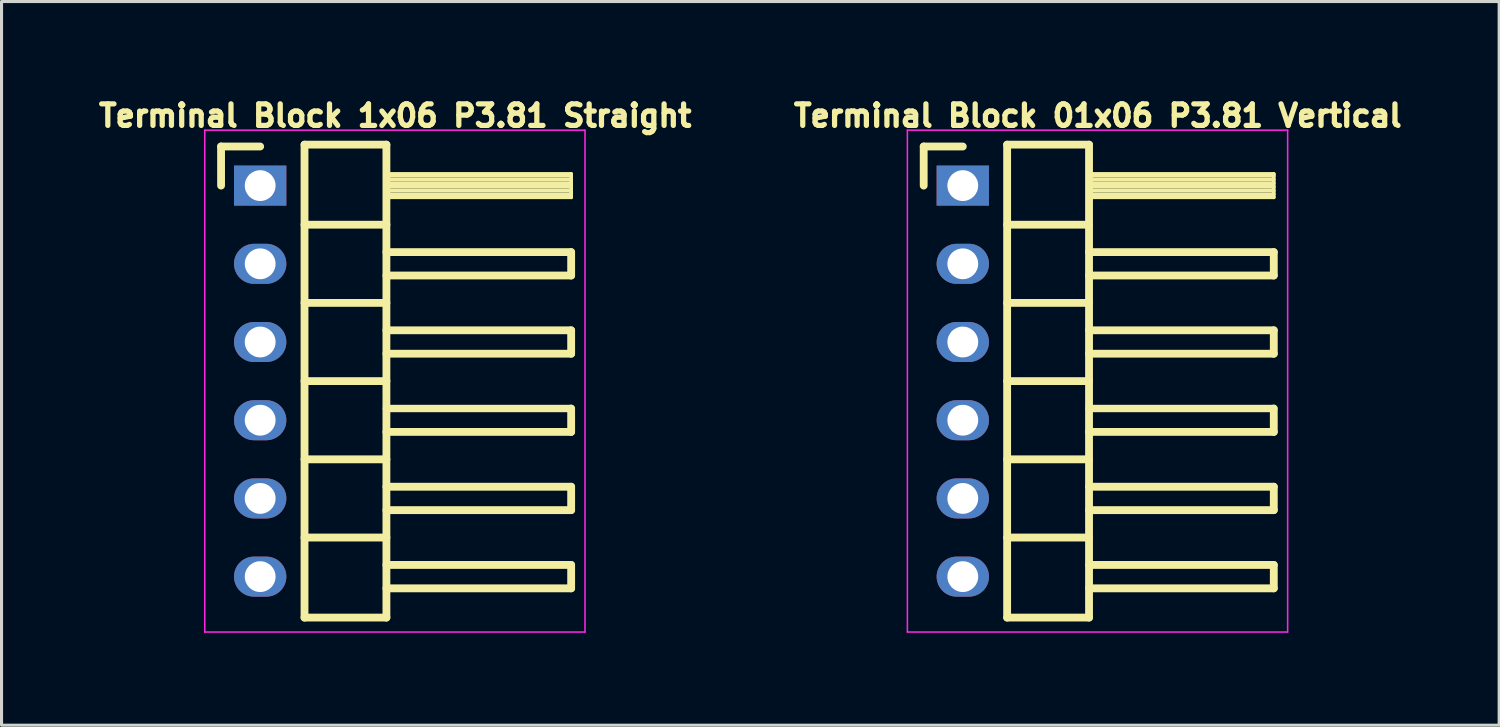
<source format=kicad_pcb>
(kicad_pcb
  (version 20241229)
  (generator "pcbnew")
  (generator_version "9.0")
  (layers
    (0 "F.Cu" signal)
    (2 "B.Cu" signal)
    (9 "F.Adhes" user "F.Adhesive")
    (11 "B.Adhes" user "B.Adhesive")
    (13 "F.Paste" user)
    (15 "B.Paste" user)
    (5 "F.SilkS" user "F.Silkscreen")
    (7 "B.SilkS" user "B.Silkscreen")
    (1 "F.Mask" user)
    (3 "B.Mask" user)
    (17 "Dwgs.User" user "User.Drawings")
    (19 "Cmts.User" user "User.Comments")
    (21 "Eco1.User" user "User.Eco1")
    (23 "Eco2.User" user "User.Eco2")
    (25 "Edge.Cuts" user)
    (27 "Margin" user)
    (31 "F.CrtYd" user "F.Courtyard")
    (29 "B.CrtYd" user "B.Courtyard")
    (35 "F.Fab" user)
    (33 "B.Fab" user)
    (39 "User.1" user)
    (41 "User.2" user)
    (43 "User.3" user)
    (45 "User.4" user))
  (footprint "Terminal Block 01x06 P3.81 Vertical"
    (layer "F.Cu")
    (at 28.22 9.328)
    (property "Reference" "Terminal Block 01x06 P3.81 Vertical" (at 4.385 -8.62 0) (layer "F.SilkS") (effects (font (size 0.7 0.7) (thickness 0.17))))
    (attr through_hole)
    (fp_line (start -1.27 -7.62) (end 0 -7.62) (stroke (width 0.254) (type solid)) (layer "F.SilkS"))
    (fp_line (start -1.27 -6.35) (end -1.27 -7.62) (stroke (width 0.254) (type solid)) (layer "F.SilkS"))
    (fp_line (start 1.44 -7.68) (end 1.44 7.68) (stroke (width 0.254) (type solid)) (layer "F.SilkS"))
    (fp_line (start 1.44 -5.08) (end 4.1 -5.08) (stroke (width 0.254) (type solid)) (layer "F.SilkS"))
    (fp_line (start 1.44 -2.54) (end 4.1 -2.54) (stroke (width 0.254) (type solid)) (layer "F.SilkS"))
    (fp_line (start 1.44 0) (end 4.1 0) (stroke (width 0.254) (type solid)) (layer "F.SilkS"))
    (fp_line (start 1.44 2.54) (end 4.1 2.54) (stroke (width 0.254) (type solid)) (layer "F.SilkS"))
    (fp_line (start 1.44 5.08) (end 4.1 5.08) (stroke (width 0.254) (type solid)) (layer "F.SilkS"))
    (fp_line (start 1.44 7.68) (end 4.1 7.68) (stroke (width 0.254) (type solid)) (layer "F.SilkS"))
    (fp_line (start 4.1 -7.68) (end 1.44 -7.68) (stroke (width 0.254) (type solid)) (layer "F.SilkS"))
    (fp_line (start 4.1 -6.73) (end 10.1 -6.73) (stroke (width 0.12) (type solid)) (layer "F.SilkS"))
    (fp_line (start 4.1 -6.67) (end 10.1 -6.67) (stroke (width 0.12) (type solid)) (layer "F.SilkS"))
    (fp_line (start 4.1 -6.55) (end 10.1 -6.55) (stroke (width 0.12) (type solid)) (layer "F.SilkS"))
    (fp_line (start 4.1 -6.43) (end 10.1 -6.43) (stroke (width 0.12) (type solid)) (layer "F.SilkS"))
    (fp_line (start 4.1 -6.31) (end 10.1 -6.31) (stroke (width 0.12) (type solid)) (layer "F.SilkS"))
    (fp_line (start 4.1 -6.19) (end 10.1 -6.19) (stroke (width 0.12) (type solid)) (layer "F.SilkS"))
    (fp_line (start 4.1 -6.07) (end 10.1 -6.07) (stroke (width 0.12) (type solid)) (layer "F.SilkS"))
    (fp_line (start 4.1 -4.19) (end 10.1 -4.19) (stroke (width 0.254) (type solid)) (layer "F.SilkS"))
    (fp_line (start 4.1 -1.65) (end 10.1 -1.65) (stroke (width 0.254) (type solid)) (layer "F.SilkS"))
    (fp_line (start 4.1 0.89) (end 10.1 0.89) (stroke (width 0.24) (type solid)) (layer "F.SilkS"))
    (fp_line (start 4.1 3.43) (end 10.1 3.43) (stroke (width 0.254) (type solid)) (layer "F.SilkS"))
    (fp_line (start 4.1 5.97) (end 10.1 5.97) (stroke (width 0.254) (type solid)) (layer "F.SilkS"))
    (fp_line (start 4.1 7.68) (end 4.1 -7.68) (stroke (width 0.254) (type solid)) (layer "F.SilkS"))
    (fp_line (start 10.1 -6.73) (end 10.1 -5.97) (stroke (width 0.12) (type solid)) (layer "F.SilkS"))
    (fp_line (start 10.1 -5.97) (end 4.1 -5.97) (stroke (width 0.12) (type solid)) (layer "F.SilkS"))
    (fp_line (start 10.1 -4.19) (end 10.1 -3.43) (stroke (width 0.254) (type solid)) (layer "F.SilkS"))
    (fp_line (start 10.1 -3.43) (end 4.1 -3.43) (stroke (width 0.254) (type solid)) (layer "F.SilkS"))
    (fp_line (start 10.1 -1.65) (end 10.1 -0.89) (stroke (width 0.254) (type solid)) (layer "F.SilkS"))
    (fp_line (start 10.1 -0.89) (end 4.1 -0.89) (stroke (width 0.254) (type solid)) (layer "F.SilkS"))
    (fp_line (start 10.1 0.89) (end 10.1 1.65) (stroke (width 0.254) (type solid)) (layer "F.SilkS"))
    (fp_line (start 10.1 1.65) (end 4.1 1.65) (stroke (width 0.254) (type solid)) (layer "F.SilkS"))
    (fp_line (start 10.1 3.43) (end 10.1 4.19) (stroke (width 0.254) (type solid)) (layer "F.SilkS"))
    (fp_line (start 10.1 4.19) (end 4.1 4.19) (stroke (width 0.254) (type solid)) (layer "F.SilkS"))
    (fp_line (start 10.1 5.97) (end 10.1 6.73) (stroke (width 0.254) (type solid)) (layer "F.SilkS"))
    (fp_line (start 10.1 6.73) (end 4.1 6.73) (stroke (width 0.254) (type solid)) (layer "F.SilkS"))
    (fp_line (start -1.27 0) (end 1.27 0) (stroke (width 0.254) (type solid)) (layer "Eco1.User"))
    (fp_line (start 0 -1.27) (end 0 1.27) (stroke (width 0.254) (type solid)) (layer "Eco1.User"))
    (fp_line (start -1.8 -8.15) (end -1.8 8.15) (stroke (width 0.05) (type solid)) (layer "F.CrtYd"))
    (fp_line (start -1.8 8.15) (end 10.55 8.15) (stroke (width 0.05) (type solid)) (layer "F.CrtYd"))
    (fp_line (start 10.55 -8.15) (end -1.8 -8.15) (stroke (width 0.05) (type solid)) (layer "F.CrtYd"))
    (fp_line (start 10.55 8.15) (end 10.55 -8.15) (stroke (width 0.05) (type solid)) (layer "F.CrtYd"))
    (fp_line (start -0.32 -6.67) (end -0.32 -6.03) (stroke (width 0.1) (type solid)) (layer "F.Fab"))
    (fp_line (start -0.32 -4.13) (end -0.32 -3.49) (stroke (width 0.1) (type solid)) (layer "F.Fab"))
    (fp_line (start -0.32 -1.59) (end -0.32 -0.95) (stroke (width 0.1) (type solid)) (layer "F.Fab"))
    (fp_line (start -0.32 0.95) (end -0.32 1.59) (stroke (width 0.1) (type solid)) (layer "F.Fab"))
    (fp_line (start -0.32 3.49) (end -0.32 4.13) (stroke (width 0.1) (type solid)) (layer "F.Fab"))
    (fp_line (start -0.32 6.03) (end -0.32 6.67) (stroke (width 0.1) (type solid)) (layer "F.Fab"))
    (pad "1" thru_hole rect (at 0 -6.35) (size 1.7 1.3) (drill 1) (layers "*.Cu" "*.Mask"))
    (pad "2" thru_hole oval (at 0 -3.81) (size 1.7 1.3) (drill 1) (layers "*.Cu" "*.Mask"))
    (pad "3" thru_hole oval (at 0 -1.27) (size 1.7 1.3) (drill 1) (layers "*.Cu" "*.Mask"))
    (pad "4" thru_hole oval (at 0 1.27) (size 1.7 1.3) (drill 1) (layers "*.Cu" "*.Mask"))
    (pad "5" thru_hole oval (at 0 3.81) (size 1.7 1.3) (drill 1) (layers "*.Cu" "*.Mask"))
    (pad "6" thru_hole oval (at 0 6.35) (size 1.7 1.3) (drill 1) (layers "*.Cu" "*.Mask")))
  (footprint "Terminal Block 1x06 P3.81 Straight"
    (layer "F.Cu")
    (at 5.4 9.328)
    (property "Reference" "Terminal Block 1x06 P3.81 Straight" (at 4.385 -8.62 0) (layer "F.SilkS") (effects (font (size 0.7 0.7) (thickness 0.17))))
    (attr through_hole)
    (fp_line (start -1.27 -7.62) (end 0 -7.62) (stroke (width 0.254) (type solid)) (layer "F.SilkS"))
    (fp_line (start -1.27 -6.35) (end -1.27 -7.62) (stroke (width 0.254) (type solid)) (layer "F.SilkS"))
    (fp_line (start 1.44 -7.68) (end 1.44 7.68) (stroke (width 0.254) (type solid)) (layer "F.SilkS"))
    (fp_line (start 1.44 -5.08) (end 4.1 -5.08) (stroke (width 0.254) (type solid)) (layer "F.SilkS"))
    (fp_line (start 1.44 -2.54) (end 4.1 -2.54) (stroke (width 0.254) (type solid)) (layer "F.SilkS"))
    (fp_line (start 1.44 0) (end 4.1 0) (stroke (width 0.254) (type solid)) (layer "F.SilkS"))
    (fp_line (start 1.44 2.54) (end 4.1 2.54) (stroke (width 0.254) (type solid)) (layer "F.SilkS"))
    (fp_line (start 1.44 5.08) (end 4.1 5.08) (stroke (width 0.254) (type solid)) (layer "F.SilkS"))
    (fp_line (start 1.44 7.68) (end 4.1 7.68) (stroke (width 0.254) (type solid)) (layer "F.SilkS"))
    (fp_line (start 4.1 -7.68) (end 1.44 -7.68) (stroke (width 0.254) (type solid)) (layer "F.SilkS"))
    (fp_line (start 4.1 -6.73) (end 10.1 -6.73) (stroke (width 0.12) (type solid)) (layer "F.SilkS"))
    (fp_line (start 4.1 -6.67) (end 10.1 -6.67) (stroke (width 0.12) (type solid)) (layer "F.SilkS"))
    (fp_line (start 4.1 -6.55) (end 10.1 -6.55) (stroke (width 0.12) (type solid)) (layer "F.SilkS"))
    (fp_line (start 4.1 -6.43) (end 10.1 -6.43) (stroke (width 0.12) (type solid)) (layer "F.SilkS"))
    (fp_line (start 4.1 -6.31) (end 10.1 -6.31) (stroke (width 0.12) (type solid)) (layer "F.SilkS"))
    (fp_line (start 4.1 -6.19) (end 10.1 -6.19) (stroke (width 0.12) (type solid)) (layer "F.SilkS"))
    (fp_line (start 4.1 -6.07) (end 10.1 -6.07) (stroke (width 0.12) (type solid)) (layer "F.SilkS"))
    (fp_line (start 4.1 -4.19) (end 10.1 -4.19) (stroke (width 0.254) (type solid)) (layer "F.SilkS"))
    (fp_line (start 4.1 -1.65) (end 10.1 -1.65) (stroke (width 0.254) (type solid)) (layer "F.SilkS"))
    (fp_line (start 4.1 0.89) (end 10.1 0.89) (stroke (width 0.24) (type solid)) (layer "F.SilkS"))
    (fp_line (start 4.1 3.43) (end 10.1 3.43) (stroke (width 0.254) (type solid)) (layer "F.SilkS"))
    (fp_line (start 4.1 5.97) (end 10.1 5.97) (stroke (width 0.254) (type solid)) (layer "F.SilkS"))
    (fp_line (start 4.1 7.68) (end 4.1 -7.68) (stroke (width 0.254) (type solid)) (layer "F.SilkS"))
    (fp_line (start 10.1 -6.73) (end 10.1 -5.97) (stroke (width 0.12) (type solid)) (layer "F.SilkS"))
    (fp_line (start 10.1 -5.97) (end 4.1 -5.97) (stroke (width 0.12) (type solid)) (layer "F.SilkS"))
    (fp_line (start 10.1 -4.19) (end 10.1 -3.43) (stroke (width 0.254) (type solid)) (layer "F.SilkS"))
    (fp_line (start 10.1 -3.43) (end 4.1 -3.43) (stroke (width 0.254) (type solid)) (layer "F.SilkS"))
    (fp_line (start 10.1 -1.65) (end 10.1 -0.89) (stroke (width 0.254) (type solid)) (layer "F.SilkS"))
    (fp_line (start 10.1 -0.89) (end 4.1 -0.89) (stroke (width 0.254) (type solid)) (layer "F.SilkS"))
    (fp_line (start 10.1 0.89) (end 10.1 1.65) (stroke (width 0.254) (type solid)) (layer "F.SilkS"))
    (fp_line (start 10.1 1.65) (end 4.1 1.65) (stroke (width 0.254) (type solid)) (layer "F.SilkS"))
    (fp_line (start 10.1 3.43) (end 10.1 4.19) (stroke (width 0.254) (type solid)) (layer "F.SilkS"))
    (fp_line (start 10.1 4.19) (end 4.1 4.19) (stroke (width 0.254) (type solid)) (layer "F.SilkS"))
    (fp_line (start 10.1 5.97) (end 10.1 6.73) (stroke (width 0.254) (type solid)) (layer "F.SilkS"))
    (fp_line (start 10.1 6.73) (end 4.1 6.73) (stroke (width 0.254) (type solid)) (layer "F.SilkS"))
    (fp_line (start -1.27 0) (end 1.27 0) (stroke (width 0.254) (type solid)) (layer "Eco1.User"))
    (fp_line (start 0 -1.27) (end 0 1.27) (stroke (width 0.254) (type solid)) (layer "Eco1.User"))
    (fp_line (start -1.8 -8.15) (end -1.8 8.15) (stroke (width 0.05) (type solid)) (layer "F.CrtYd"))
    (fp_line (start -1.8 8.15) (end 10.55 8.15) (stroke (width 0.05) (type solid)) (layer "F.CrtYd"))
    (fp_line (start 10.55 -8.15) (end -1.8 -8.15) (stroke (width 0.05) (type solid)) (layer "F.CrtYd"))
    (fp_line (start 10.55 8.15) (end 10.55 -8.15) (stroke (width 0.05) (type solid)) (layer "F.CrtYd"))
    (fp_line (start -0.32 -6.67) (end -0.32 -6.03) (stroke (width 0.1) (type solid)) (layer "F.Fab"))
    (fp_line (start -0.32 -4.13) (end -0.32 -3.49) (stroke (width 0.1) (type solid)) (layer "F.Fab"))
    (fp_line (start -0.32 -1.59) (end -0.32 -0.95) (stroke (width 0.1) (type solid)) (layer "F.Fab"))
    (fp_line (start -0.32 0.95) (end -0.32 1.59) (stroke (width 0.1) (type solid)) (layer "F.Fab"))
    (fp_line (start -0.32 3.49) (end -0.32 4.13) (stroke (width 0.1) (type solid)) (layer "F.Fab"))
    (fp_line (start -0.32 6.03) (end -0.32 6.67) (stroke (width 0.1) (type solid)) (layer "F.Fab"))
    (pad "1" thru_hole rect (at 0 -6.35) (size 1.7 1.3) (drill 1) (layers "*.Cu" "*.Mask"))
    (pad "2" thru_hole oval (at 0 -3.81) (size 1.7 1.3) (drill 1) (layers "*.Cu" "*.Mask"))
    (pad "3" thru_hole oval (at 0 -1.27) (size 1.7 1.3) (drill 1) (layers "*.Cu" "*.Mask"))
    (pad "4" thru_hole oval (at 0 1.27) (size 1.7 1.3) (drill 1) (layers "*.Cu" "*.Mask"))
    (pad "5" thru_hole oval (at 0 3.81) (size 1.7 1.3) (drill 1) (layers "*.Cu" "*.Mask"))
    (pad "6" thru_hole oval (at 0 6.35) (size 1.7 1.3) (drill 1) (layers "*.Cu" "*.Mask")))
  (gr_rect
    (start -3 -3)
    (end 45.64 20.503)
    (stroke (width 0.1) (type default))
    (fill no)
    (layer "Edge.Cuts")))
</source>
